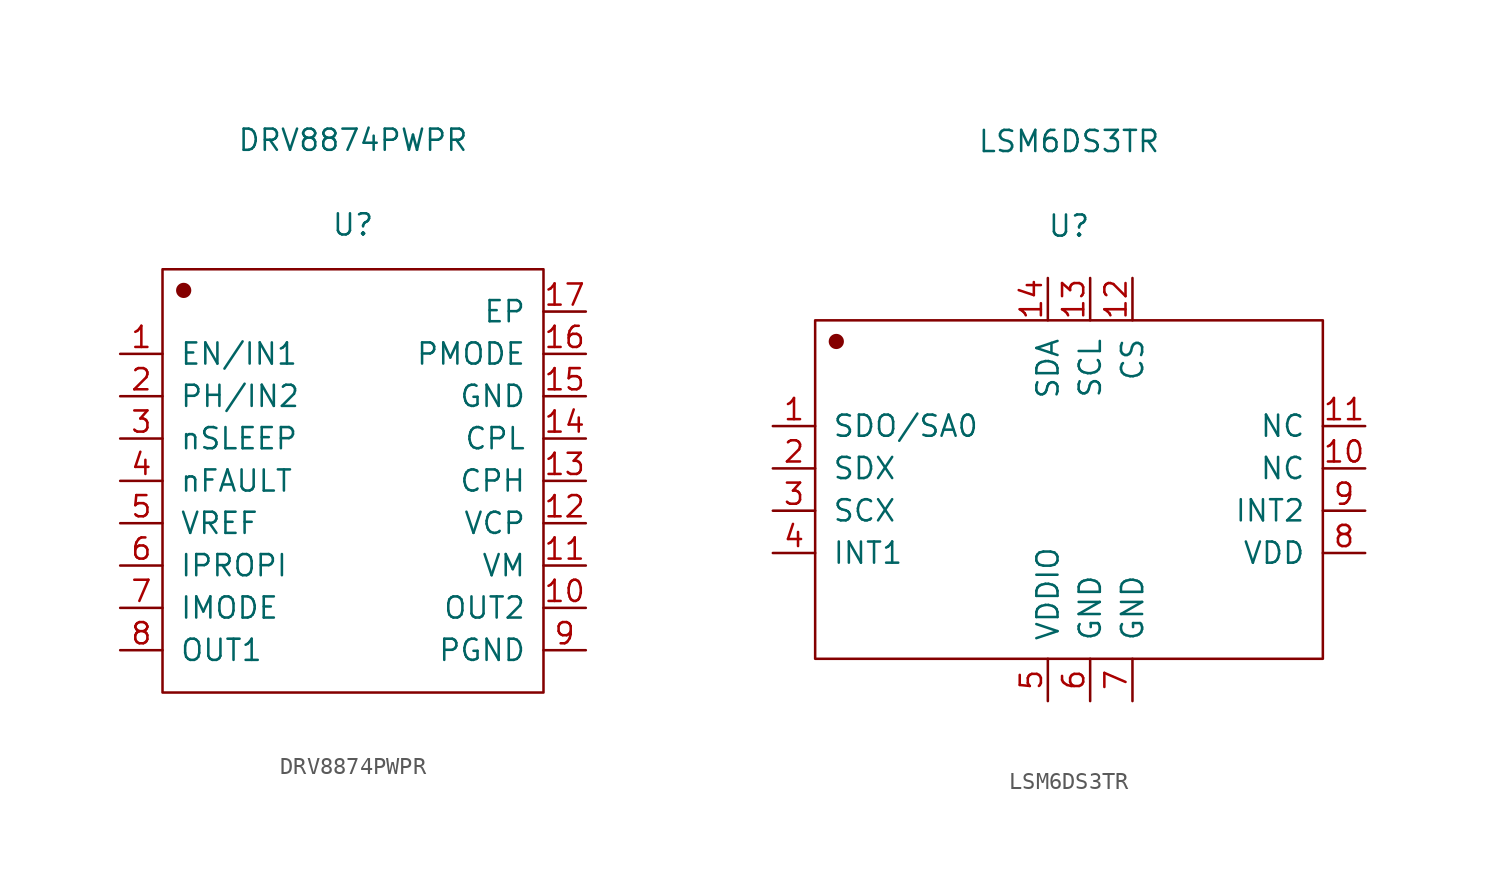
<source format=kicad_sym>
(kicad_symbol_lib
  (version 20231120)
  (generator "kicad_symbol_editor")
  (generator_version "8.0")
  (symbol "DRV8874PWPR"
    (pin_names
      (offset 1.016))
    (property "Reference" "U"
      (at 0 15.367 0)
      (effects (font (size 1.27 1.27))))
    (property "Value" "DRV8874PWPR"
      (at 0 20.447 0)
      (effects (font (size 1.27 1.27))))
    (symbol "DRV8874PWPR_1_1"
      (rectangle (start -11.43 12.7) (end 11.43 -12.7) (stroke (width 0.152) (type solid)) (fill (type none)))
      (circle (center -10.16 11.43) (radius 0.381) (stroke (width 0.152) (type solid)) (fill (type outline)))
      (pin input line (at -13.97 7.62 0) (length 2.54) (name "EN/IN1" (effects (font (size 1.27 1.27)))) (number "1" (effects (font (size 1.27 1.27)))))
      (pin input line (at 13.97 -7.62 180) (length 2.54) (name "OUT2" (effects (font (size 1.27 1.27)))) (number "10" (effects (font (size 1.27 1.27)))))
      (pin input line (at 13.97 -5.08 180) (length 2.54) (name "VM" (effects (font (size 1.27 1.27)))) (number "11" (effects (font (size 1.27 1.27)))))
      (pin input line (at 13.97 -2.54 180) (length 2.54) (name "VCP" (effects (font (size 1.27 1.27)))) (number "12" (effects (font (size 1.27 1.27)))))
      (pin input line (at 13.97 0 180) (length 2.54) (name "CPH" (effects (font (size 1.27 1.27)))) (number "13" (effects (font (size 1.27 1.27)))))
      (pin input line (at 13.97 2.54 180) (length 2.54) (name "CPL" (effects (font (size 1.27 1.27)))) (number "14" (effects (font (size 1.27 1.27)))))
      (pin input line (at 13.97 5.08 180) (length 2.54) (name "GND" (effects (font (size 1.27 1.27)))) (number "15" (effects (font (size 1.27 1.27)))))
      (pin input line (at 13.97 7.62 180) (length 2.54) (name "PMODE" (effects (font (size 1.27 1.27)))) (number "16" (effects (font (size 1.27 1.27)))))
      (pin input line (at 13.97 10.16 180) (length 2.54) (name "EP" (effects (font (size 1.27 1.27)))) (number "17" (effects (font (size 1.27 1.27)))))
      (pin input line (at -13.97 5.08 0) (length 2.54) (name "PH/IN2" (effects (font (size 1.27 1.27)))) (number "2" (effects (font (size 1.27 1.27)))))
      (pin input line (at -13.97 2.54 0) (length 2.54) (name "nSLEEP" (effects (font (size 1.27 1.27)))) (number "3" (effects (font (size 1.27 1.27)))))
      (pin input line (at -13.97 0 0) (length 2.54) (name "nFAULT" (effects (font (size 1.27 1.27)))) (number "4" (effects (font (size 1.27 1.27)))))
      (pin input line (at -13.97 -2.54 0) (length 2.54) (name "VREF" (effects (font (size 1.27 1.27)))) (number "5" (effects (font (size 1.27 1.27)))))
      (pin input line (at -13.97 -5.08 0) (length 2.54) (name "IPROPI" (effects (font (size 1.27 1.27)))) (number "6" (effects (font (size 1.27 1.27)))))
      (pin input line (at -13.97 -7.62 0) (length 2.54) (name "IMODE" (effects (font (size 1.27 1.27)))) (number "7" (effects (font (size 1.27 1.27)))))
      (pin input line (at -13.97 -10.16 0) (length 2.54) (name "OUT1" (effects (font (size 1.27 1.27)))) (number "8" (effects (font (size 1.27 1.27)))))
      (pin input line (at 13.97 -10.16 180) (length 2.54) (name "PGND" (effects (font (size 1.27 1.27)))) (number "9" (effects (font (size 1.27 1.27)))))))
  (symbol "LSM6DS3TR"
    (pin_names
      (offset 1.016))
    (property "Reference" "U"
      (at 0 15.824 0)
      (effects (font (size 1.27 1.27))))
    (property "Value" "LSM6DS3TR"
      (at 0 20.904 0)
      (effects (font (size 1.27 1.27))))
    (symbol "LSM6DS3TR_1_1"
      (rectangle (start -15.24 10.16) (end 15.24 -10.16) (stroke (width 0.152) (type solid)) (fill (type none)))
      (circle (center -13.97 8.89) (radius 0.381) (stroke (width 0.152) (type solid)) (fill (type outline)))
      (pin input line (at -17.78 3.81 0) (length 2.54) (name "SDO/SA0" (effects (font (size 1.27 1.27)))) (number "1" (effects (font (size 1.27 1.27)))))
      (pin input line (at 17.78 1.27 180) (length 2.54) (name "NC" (effects (font (size 1.27 1.27)))) (number "10" (effects (font (size 1.27 1.27)))))
      (pin input line (at 17.78 3.81 180) (length 2.54) (name "NC" (effects (font (size 1.27 1.27)))) (number "11" (effects (font (size 1.27 1.27)))))
      (pin input line (at 3.81 12.7 270) (length 2.54) (name "CS" (effects (font (size 1.27 1.27)))) (number "12" (effects (font (size 1.27 1.27)))))
      (pin input line (at 1.27 12.7 270) (length 2.54) (name "SCL" (effects (font (size 1.27 1.27)))) (number "13" (effects (font (size 1.27 1.27)))))
      (pin input line (at -1.27 12.7 270) (length 2.54) (name "SDA" (effects (font (size 1.27 1.27)))) (number "14" (effects (font (size 1.27 1.27)))))
      (pin input line (at -17.78 1.27 0) (length 2.54) (name "SDX" (effects (font (size 1.27 1.27)))) (number "2" (effects (font (size 1.27 1.27)))))
      (pin input line (at -17.78 -1.27 0) (length 2.54) (name "SCX" (effects (font (size 1.27 1.27)))) (number "3" (effects (font (size 1.27 1.27)))))
      (pin input line (at -17.78 -3.81 0) (length 2.54) (name "INT1" (effects (font (size 1.27 1.27)))) (number "4" (effects (font (size 1.27 1.27)))))
      (pin input line (at -1.27 -12.7 90) (length 2.54) (name "VDDIO" (effects (font (size 1.27 1.27)))) (number "5" (effects (font (size 1.27 1.27)))))
      (pin input line (at 1.27 -12.7 90) (length 2.54) (name "GND" (effects (font (size 1.27 1.27)))) (number "6" (effects (font (size 1.27 1.27)))))
      (pin input line (at 3.81 -12.7 90) (length 2.54) (name "GND" (effects (font (size 1.27 1.27)))) (number "7" (effects (font (size 1.27 1.27)))))
      (pin input line (at 17.78 -3.81 180) (length 2.54) (name "VDD" (effects (font (size 1.27 1.27)))) (number "8" (effects (font (size 1.27 1.27)))))
      (pin input line (at 17.78 -1.27 180) (length 2.54) (name "INT2" (effects (font (size 1.27 1.27)))) (number "9" (effects (font (size 1.27 1.27))))))))
</source>
